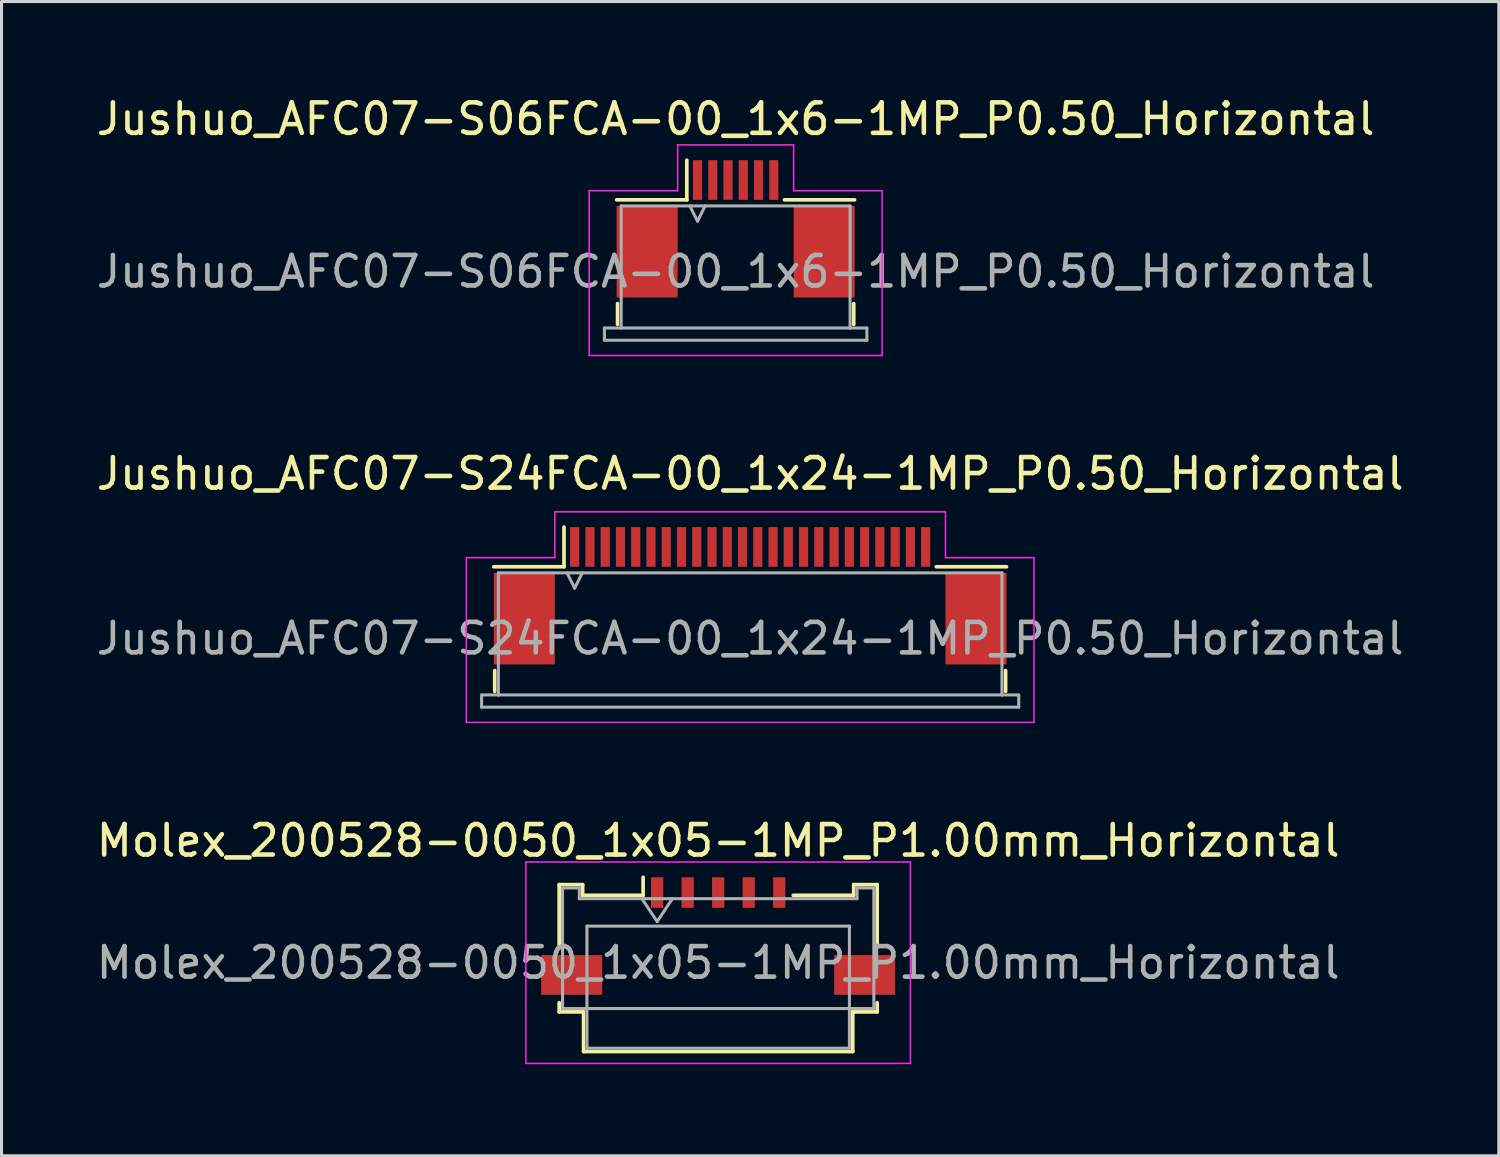
<source format=kicad_pcb>
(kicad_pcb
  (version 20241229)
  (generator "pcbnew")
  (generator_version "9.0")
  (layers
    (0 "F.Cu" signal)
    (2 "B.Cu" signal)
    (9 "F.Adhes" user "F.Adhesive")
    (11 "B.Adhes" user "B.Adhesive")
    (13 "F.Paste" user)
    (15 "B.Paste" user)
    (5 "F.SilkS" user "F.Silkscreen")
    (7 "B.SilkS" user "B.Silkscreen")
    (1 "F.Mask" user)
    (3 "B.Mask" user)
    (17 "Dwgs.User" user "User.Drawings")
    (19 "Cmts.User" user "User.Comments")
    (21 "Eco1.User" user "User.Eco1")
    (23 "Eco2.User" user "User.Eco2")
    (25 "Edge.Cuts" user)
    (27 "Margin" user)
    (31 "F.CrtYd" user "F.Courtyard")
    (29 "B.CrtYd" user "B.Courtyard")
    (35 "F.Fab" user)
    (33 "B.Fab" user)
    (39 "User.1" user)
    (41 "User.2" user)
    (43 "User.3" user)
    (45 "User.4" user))
  (footprint "Jushuo_AFC07-S06FCA-00_1x6-1MP_P0.50_Horizontal"
    (layer "F.Cu")
    (at 21.054 4.448)
    (property "Reference" "Jushuo_AFC07-S06FCA-00_1x6-1MP_P0.50_Horizontal" (at 0 -3.6 0) (layer "F.SilkS") (effects (font (size 1 1) (thickness 0.15))))
    (attr smd)
    (fp_line (start -3.87 2.45) (end -3.87 3.13) (stroke (width 0.12) (type solid)) (layer "F.SilkS"))
    (fp_line (start -1.6 -0.95) (end -3.9 -0.95) (stroke (width 0.12) (type solid)) (layer "F.SilkS"))
    (fp_line (start -1.6 -0.95) (end -1.6 -2.25) (stroke (width 0.12) (type solid)) (layer "F.SilkS"))
    (fp_line (start 1.6 -0.95) (end 3.9 -0.95) (stroke (width 0.12) (type solid)) (layer "F.SilkS"))
    (fp_line (start 3.87 2.45) (end 3.87 3.13) (stroke (width 0.12) (type solid)) (layer "F.SilkS"))
    (fp_line (start -4.8 -1.25) (end -4.8 4.15) (stroke (width 0.05) (type solid)) (layer "F.CrtYd"))
    (fp_line (start -4.8 4.15) (end 4.8 4.15) (stroke (width 0.05) (type solid)) (layer "F.CrtYd"))
    (fp_line (start -1.9 -2.75) (end -1.9 -1.25) (stroke (width 0.05) (type solid)) (layer "F.CrtYd"))
    (fp_line (start -1.9 -1.25) (end -4.8 -1.25) (stroke (width 0.05) (type solid)) (layer "F.CrtYd"))
    (fp_line (start 1.9 -2.75) (end -1.9 -2.75) (stroke (width 0.05) (type solid)) (layer "F.CrtYd"))
    (fp_line (start 1.9 -1.25) (end 1.9 -2.75) (stroke (width 0.05) (type solid)) (layer "F.CrtYd"))
    (fp_line (start 4.8 -1.25) (end 1.9 -1.25) (stroke (width 0.05) (type solid)) (layer "F.CrtYd"))
    (fp_line (start 4.8 4.15) (end 4.8 -1.25) (stroke (width 0.05) (type solid)) (layer "F.CrtYd"))
    (fp_line (start -4.3 3.25) (end -4.3 3.65) (stroke (width 0.1) (type solid)) (layer "F.Fab"))
    (fp_line (start -4.3 3.65) (end 4.3 3.65) (stroke (width 0.1) (type solid)) (layer "F.Fab"))
    (fp_line (start -3.75 -0.75) (end 3.75 -0.75) (stroke (width 0.1) (type solid)) (layer "F.Fab"))
    (fp_line (start -3.75 3.25) (end -4.3 3.25) (stroke (width 0.1) (type solid)) (layer "F.Fab"))
    (fp_line (start -3.75 3.25) (end -3.75 -0.75) (stroke (width 0.1) (type solid)) (layer "F.Fab"))
    (fp_line (start -1.5 -0.75) (end -1.25 -0.25) (stroke (width 0.1) (type solid)) (layer "F.Fab"))
    (fp_line (start -1.25 -0.25) (end -1 -0.75) (stroke (width 0.1) (type solid)) (layer "F.Fab"))
    (fp_line (start 3.75 3.25) (end -3.75 3.25) (stroke (width 0.1) (type solid)) (layer "F.Fab"))
    (fp_line (start 3.75 3.25) (end 3.75 -0.75) (stroke (width 0.1) (type solid)) (layer "F.Fab"))
    (fp_line (start 4.3 3.25) (end 3.75 3.25) (stroke (width 0.1) (type solid)) (layer "F.Fab"))
    (fp_line (start 4.3 3.65) (end 4.3 3.25) (stroke (width 0.1) (type solid)) (layer "F.Fab"))
    (fp_text user "${REFERENCE}" (at 0 1.4 0) (unlocked yes) (layer "F.Fab") (effects (font (size 1 1) (thickness 0.15))))
    (pad "1" smd rect (at -1.25 -1.6) (size 0.3 1.3) (layers "F.Cu" "F.Mask" "F.Paste"))
    (pad "2" smd rect (at -0.75 -1.6) (size 0.3 1.3) (layers "F.Cu" "F.Mask" "F.Paste"))
    (pad "3" smd rect (at -0.25 -1.6) (size 0.3 1.3) (layers "F.Cu" "F.Mask" "F.Paste"))
    (pad "4" smd rect (at 0.25 -1.6) (size 0.3 1.3) (layers "F.Cu" "F.Mask" "F.Paste"))
    (pad "5" smd rect (at 0.75 -1.6) (size 0.3 1.3) (layers "F.Cu" "F.Mask" "F.Paste"))
    (pad "6" smd rect (at 1.25 -1.6) (size 0.3 1.3) (layers "F.Cu" "F.Mask" "F.Paste"))
    (pad "MP" smd rect (at -2.9 0.75) (size 2 3) (layers "F.Cu" "F.Mask" "F.Paste"))
    (pad "MP" smd rect (at 2.9 0.75) (size 2 3) (layers "F.Cu" "F.Mask" "F.Paste")))
  (footprint "Molex_200528-0050_1x05-1MP_P1.00mm_Horizontal"
    (layer "F.Cu")
    (at 20.482 27.105)
    (property "Reference" "Molex_200528-0050_1x05-1MP_P1.00mm_Horizontal" (at 0 -2.61 0) (layer "F.SilkS") (effects (font (size 1 1) (thickness 0.15))))
    (attr smd)
    (fp_line (start -5.21 -1.17) (end -5.21 0.88) (stroke (width 0.12) (type solid)) (layer "F.SilkS"))
    (fp_line (start -5.21 2.7) (end -5.21 3) (stroke (width 0.12) (type solid)) (layer "F.SilkS"))
    (fp_line (start -5.21 3) (end -4.41 3) (stroke (width 0.12) (type solid)) (layer "F.SilkS"))
    (fp_line (start -4.44 -1.17) (end -5.21 -1.17) (stroke (width 0.12) (type solid)) (layer "F.SilkS"))
    (fp_line (start -4.44 -0.82) (end -4.44 -1.17) (stroke (width 0.12) (type solid)) (layer "F.SilkS"))
    (fp_line (start -4.41 3) (end -4.41 4.3) (stroke (width 0.12) (type solid)) (layer "F.SilkS"))
    (fp_line (start -4.41 4.3) (end 4.41 4.3) (stroke (width 0.12) (type solid)) (layer "F.SilkS"))
    (fp_line (start -2.46 -1.41) (end -2.46 -0.82) (stroke (width 0.12) (type solid)) (layer "F.SilkS"))
    (fp_line (start -2.46 -0.82) (end -4.44 -0.82) (stroke (width 0.12) (type solid)) (layer "F.SilkS"))
    (fp_line (start 4.41 3) (end 5.21 3) (stroke (width 0.12) (type solid)) (layer "F.SilkS"))
    (fp_line (start 4.41 4.3) (end 4.41 3) (stroke (width 0.12) (type solid)) (layer "F.SilkS"))
    (fp_line (start 4.44 -1.17) (end 4.44 -0.82) (stroke (width 0.12) (type solid)) (layer "F.SilkS"))
    (fp_line (start 4.44 -0.82) (end 2.46 -0.82) (stroke (width 0.12) (type solid)) (layer "F.SilkS"))
    (fp_line (start 5.21 -1.17) (end 4.44 -1.17) (stroke (width 0.12) (type solid)) (layer "F.SilkS"))
    (fp_line (start 5.21 0.88) (end 5.21 -1.17) (stroke (width 0.12) (type solid)) (layer "F.SilkS"))
    (fp_line (start 5.21 3) (end 5.21 2.7) (stroke (width 0.12) (type solid)) (layer "F.SilkS"))
    (fp_line (start -6.3 -1.91) (end -6.3 4.69) (stroke (width 0.05) (type solid)) (layer "F.CrtYd"))
    (fp_line (start -6.3 4.69) (end 6.3 4.69) (stroke (width 0.05) (type solid)) (layer "F.CrtYd"))
    (fp_line (start 6.3 -1.91) (end -6.3 -1.91) (stroke (width 0.05) (type solid)) (layer "F.CrtYd"))
    (fp_line (start 6.3 4.69) (end 6.3 -1.91) (stroke (width 0.05) (type solid)) (layer "F.CrtYd"))
    (fp_line (start -5.1 -1.06) (end -5.1 2.89) (stroke (width 0.1) (type solid)) (layer "F.Fab"))
    (fp_line (start -5.1 2.89) (end 5.1 2.89) (stroke (width 0.1) (type solid)) (layer "F.Fab"))
    (fp_line (start -4.55 -1.06) (end -5.1 -1.06) (stroke (width 0.1) (type solid)) (layer "F.Fab"))
    (fp_line (start -4.55 -0.71) (end -4.55 -1.06) (stroke (width 0.1) (type solid)) (layer "F.Fab"))
    (fp_line (start -4.3 0.19) (end -4.3 4.19) (stroke (width 0.1) (type solid)) (layer "F.Fab"))
    (fp_line (start -4.3 4.19) (end 4.3 4.19) (stroke (width 0.1) (type solid)) (layer "F.Fab"))
    (fp_line (start -2.5 -0.71) (end -2 0.04) (stroke (width 0.1) (type solid)) (layer "F.Fab"))
    (fp_line (start -2 0.04) (end -1.5 -0.71) (stroke (width 0.1) (type solid)) (layer "F.Fab"))
    (fp_line (start 4.3 0.19) (end -4.3 0.19) (stroke (width 0.1) (type solid)) (layer "F.Fab"))
    (fp_line (start 4.3 4.19) (end 4.3 0.19) (stroke (width 0.1) (type solid)) (layer "F.Fab"))
    (fp_line (start 4.55 -1.06) (end 4.55 -0.71) (stroke (width 0.1) (type solid)) (layer "F.Fab"))
    (fp_line (start 4.55 -0.71) (end -4.55 -0.71) (stroke (width 0.1) (type solid)) (layer "F.Fab"))
    (fp_line (start 5.1 -1.06) (end 4.55 -1.06) (stroke (width 0.1) (type solid)) (layer "F.Fab"))
    (fp_line (start 5.1 2.89) (end 5.1 -1.06) (stroke (width 0.1) (type solid)) (layer "F.Fab"))
    (fp_text user "${REFERENCE}" (at 0 1.39 0) (layer "F.Fab") (effects (font (size 1 1) (thickness 0.15))))
    (pad "1" smd rect (at -2 -0.91) (size 0.4 1) (layers "F.Cu" "F.Mask" "F.Paste"))
    (pad "2" smd rect (at -1 -0.91) (size 0.4 1) (layers "F.Cu" "F.Mask" "F.Paste"))
    (pad "3" smd rect (at 0 -0.91) (size 0.4 1) (layers "F.Cu" "F.Mask" "F.Paste"))
    (pad "4" smd rect (at 1 -0.91) (size 0.4 1) (layers "F.Cu" "F.Mask" "F.Paste"))
    (pad "5" smd rect (at 2 -0.91) (size 0.4 1) (layers "F.Cu" "F.Mask" "F.Paste"))
    (pad "MP" smd rect (at -4.8 1.79) (size 2 1.3) (layers "F.Cu" "F.Mask" "F.Paste"))
    (pad "MP" smd rect (at 4.8 1.79) (size 2 1.3) (layers "F.Cu" "F.Mask" "F.Paste")))
  (footprint "Jushuo_AFC07-S24FCA-00_1x24-1MP_P0.50_Horizontal"
    (layer "F.Cu")
    (at 21.53 16.471)
    (property "Reference" "Jushuo_AFC07-S24FCA-00_1x24-1MP_P0.50_Horizontal" (at 0 -4 0) (layer "F.SilkS") (effects (font (size 1 1) (thickness 0.15))))
    (attr smd)
    (fp_line (start -8.37 2.45) (end -8.37 3.13) (stroke (width 0.12) (type solid)) (layer "F.SilkS"))
    (fp_line (start -6.1 -0.95) (end -8.4 -0.95) (stroke (width 0.12) (type solid)) (layer "F.SilkS"))
    (fp_line (start -6.1 -0.95) (end -6.1 -2.25) (stroke (width 0.12) (type solid)) (layer "F.SilkS"))
    (fp_line (start 6.1 -0.95) (end 8.4 -0.95) (stroke (width 0.12) (type solid)) (layer "F.SilkS"))
    (fp_line (start 8.37 2.45) (end 8.37 3.13) (stroke (width 0.12) (type solid)) (layer "F.SilkS"))
    (fp_line (start -9.3 -1.25) (end -9.3 4.15) (stroke (width 0.05) (type solid)) (layer "F.CrtYd"))
    (fp_line (start -9.3 4.15) (end 9.3 4.15) (stroke (width 0.05) (type solid)) (layer "F.CrtYd"))
    (fp_line (start -6.4 -2.75) (end -6.4 -1.25) (stroke (width 0.05) (type solid)) (layer "F.CrtYd"))
    (fp_line (start -6.4 -1.25) (end -9.3 -1.25) (stroke (width 0.05) (type solid)) (layer "F.CrtYd"))
    (fp_line (start 6.4 -2.75) (end -6.4 -2.75) (stroke (width 0.05) (type solid)) (layer "F.CrtYd"))
    (fp_line (start 6.4 -1.25) (end 6.4 -2.75) (stroke (width 0.05) (type solid)) (layer "F.CrtYd"))
    (fp_line (start 9.3 -1.25) (end 6.4 -1.25) (stroke (width 0.05) (type solid)) (layer "F.CrtYd"))
    (fp_line (start 9.3 4.15) (end 9.3 -1.25) (stroke (width 0.05) (type solid)) (layer "F.CrtYd"))
    (fp_line (start -8.8 3.25) (end -8.8 3.65) (stroke (width 0.1) (type solid)) (layer "F.Fab"))
    (fp_line (start -8.8 3.65) (end 8.8 3.65) (stroke (width 0.1) (type solid)) (layer "F.Fab"))
    (fp_line (start -8.25 -0.75) (end 8.25 -0.75) (stroke (width 0.1) (type solid)) (layer "F.Fab"))
    (fp_line (start -8.25 3.25) (end -8.8 3.25) (stroke (width 0.1) (type solid)) (layer "F.Fab"))
    (fp_line (start -8.25 3.25) (end -8.25 -0.75) (stroke (width 0.1) (type solid)) (layer "F.Fab"))
    (fp_line (start -6 -0.75) (end -5.75 -0.25) (stroke (width 0.1) (type solid)) (layer "F.Fab"))
    (fp_line (start -5.75 -0.25) (end -5.5 -0.75) (stroke (width 0.1) (type solid)) (layer "F.Fab"))
    (fp_line (start 8.25 3.25) (end -8.25 3.25) (stroke (width 0.1) (type solid)) (layer "F.Fab"))
    (fp_line (start 8.25 3.25) (end 8.25 -0.75) (stroke (width 0.1) (type solid)) (layer "F.Fab"))
    (fp_line (start 8.8 3.25) (end 8.25 3.25) (stroke (width 0.1) (type solid)) (layer "F.Fab"))
    (fp_line (start 8.8 3.65) (end 8.8 3.25) (stroke (width 0.1) (type solid)) (layer "F.Fab"))
    (fp_text user "${REFERENCE}" (at 0 1.4 0) (unlocked yes) (layer "F.Fab") (effects (font (size 1 1) (thickness 0.15))))
    (pad "1" smd rect (at -5.75 -1.6) (size 0.3 1.3) (layers "F.Cu" "F.Mask" "F.Paste"))
    (pad "2" smd rect (at -5.25 -1.6) (size 0.3 1.3) (layers "F.Cu" "F.Mask" "F.Paste"))
    (pad "3" smd rect (at -4.75 -1.6) (size 0.3 1.3) (layers "F.Cu" "F.Mask" "F.Paste"))
    (pad "4" smd rect (at -4.25 -1.6) (size 0.3 1.3) (layers "F.Cu" "F.Mask" "F.Paste"))
    (pad "5" smd rect (at -3.75 -1.6) (size 0.3 1.3) (layers "F.Cu" "F.Mask" "F.Paste"))
    (pad "6" smd rect (at -3.25 -1.6) (size 0.3 1.3) (layers "F.Cu" "F.Mask" "F.Paste"))
    (pad "7" smd rect (at -2.75 -1.6) (size 0.3 1.3) (layers "F.Cu" "F.Mask" "F.Paste"))
    (pad "8" smd rect (at -2.25 -1.6) (size 0.3 1.3) (layers "F.Cu" "F.Mask" "F.Paste"))
    (pad "9" smd rect (at -1.75 -1.6) (size 0.3 1.3) (layers "F.Cu" "F.Mask" "F.Paste"))
    (pad "10" smd rect (at -1.25 -1.6) (size 0.3 1.3) (layers "F.Cu" "F.Mask" "F.Paste"))
    (pad "11" smd rect (at -0.75 -1.6) (size 0.3 1.3) (layers "F.Cu" "F.Mask" "F.Paste"))
    (pad "12" smd rect (at -0.25 -1.6) (size 0.3 1.3) (layers "F.Cu" "F.Mask" "F.Paste"))
    (pad "13" smd rect (at 0.25 -1.6) (size 0.3 1.3) (layers "F.Cu" "F.Mask" "F.Paste"))
    (pad "14" smd rect (at 0.75 -1.6) (size 0.3 1.3) (layers "F.Cu" "F.Mask" "F.Paste"))
    (pad "15" smd rect (at 1.25 -1.6) (size 0.3 1.3) (layers "F.Cu" "F.Mask" "F.Paste"))
    (pad "16" smd rect (at 1.75 -1.6) (size 0.3 1.3) (layers "F.Cu" "F.Mask" "F.Paste"))
    (pad "17" smd rect (at 2.25 -1.6) (size 0.3 1.3) (layers "F.Cu" "F.Mask" "F.Paste"))
    (pad "18" smd rect (at 2.75 -1.6) (size 0.3 1.3) (layers "F.Cu" "F.Mask" "F.Paste"))
    (pad "19" smd rect (at 3.25 -1.6) (size 0.3 1.3) (layers "F.Cu" "F.Mask" "F.Paste"))
    (pad "20" smd rect (at 3.75 -1.6) (size 0.3 1.3) (layers "F.Cu" "F.Mask" "F.Paste"))
    (pad "21" smd rect (at 4.25 -1.6) (size 0.3 1.3) (layers "F.Cu" "F.Mask" "F.Paste"))
    (pad "22" smd rect (at 4.75 -1.6) (size 0.3 1.3) (layers "F.Cu" "F.Mask" "F.Paste"))
    (pad "23" smd rect (at 5.25 -1.6) (size 0.3 1.3) (layers "F.Cu" "F.Mask" "F.Paste"))
    (pad "24" smd rect (at 5.75 -1.6) (size 0.3 1.3) (layers "F.Cu" "F.Mask" "F.Paste"))
    (pad "MP" smd rect (at -7.4 0.75) (size 2 3) (layers "F.Cu" "F.Mask" "F.Paste"))
    (pad "MP" smd rect (at 7.4 0.75) (size 2 3) (layers "F.Cu" "F.Mask" "F.Paste")))
  (gr_rect
    (start -3 -3)
    (end 46.06 34.82)
    (stroke (width 0.1) (type default))
    (fill no)
    (layer "Edge.Cuts")))
</source>
